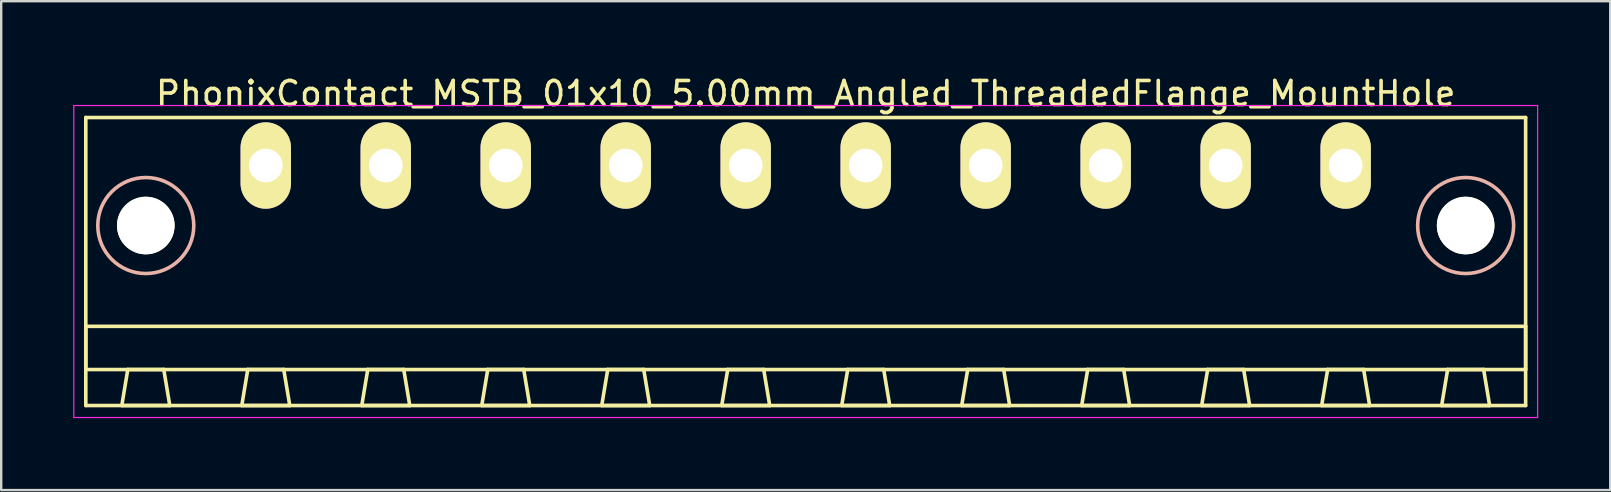
<source format=kicad_pcb>
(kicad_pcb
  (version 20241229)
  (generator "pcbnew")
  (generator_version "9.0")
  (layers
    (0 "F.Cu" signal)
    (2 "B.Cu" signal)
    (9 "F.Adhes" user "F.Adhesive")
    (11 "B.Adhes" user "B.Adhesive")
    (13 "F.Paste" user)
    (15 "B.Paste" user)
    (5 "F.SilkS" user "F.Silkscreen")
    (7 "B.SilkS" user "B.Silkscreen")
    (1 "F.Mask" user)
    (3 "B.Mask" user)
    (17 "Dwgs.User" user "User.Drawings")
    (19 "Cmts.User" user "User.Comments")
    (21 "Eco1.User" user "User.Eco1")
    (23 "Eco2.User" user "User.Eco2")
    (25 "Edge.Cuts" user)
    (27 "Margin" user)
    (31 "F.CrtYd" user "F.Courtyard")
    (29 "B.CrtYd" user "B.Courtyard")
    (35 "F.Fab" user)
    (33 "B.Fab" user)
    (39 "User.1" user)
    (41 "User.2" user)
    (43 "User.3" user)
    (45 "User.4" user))
  (footprint "PhonixContact_MSTB_01x10_5.00mm_Angled_ThreadedFlange_MountHole"
    (layer "F.Cu")
    (at 8.025 3.848)
    (property "Reference" "PhonixContact_MSTB_01x10_5.00mm_Angled_ThreadedFlange_MountHole" (at 22.5 -3 0) (layer "F.SilkS") (effects (font (size 1 1) (thickness 0.15))))
    (attr through_hole)
    (fp_line (start -7.5 -2) (end -7.5 10) (stroke (width 0.15) (type solid)) (layer "F.SilkS"))
    (fp_line (start -7.5 6.7) (end 52.5 6.7) (stroke (width 0.15) (type solid)) (layer "F.SilkS"))
    (fp_line (start -7.5 8.5) (end -7.5 6.7) (stroke (width 0.15) (type solid)) (layer "F.SilkS"))
    (fp_line (start -7.5 10) (end 52.5 10) (stroke (width 0.15) (type solid)) (layer "F.SilkS"))
    (fp_line (start -6 10) (end -4 10) (stroke (width 0.15) (type solid)) (layer "F.SilkS"))
    (fp_line (start -5.75 8.5) (end -6 10) (stroke (width 0.15) (type solid)) (layer "F.SilkS"))
    (fp_line (start -4.25 8.5) (end -5.75 8.5) (stroke (width 0.15) (type solid)) (layer "F.SilkS"))
    (fp_line (start -4 10) (end -4.25 8.5) (stroke (width 0.15) (type solid)) (layer "F.SilkS"))
    (fp_line (start -1 10) (end 1 10) (stroke (width 0.15) (type solid)) (layer "F.SilkS"))
    (fp_line (start -0.75 8.5) (end -1 10) (stroke (width 0.15) (type solid)) (layer "F.SilkS"))
    (fp_line (start 0.75 8.5) (end -0.75 8.5) (stroke (width 0.15) (type solid)) (layer "F.SilkS"))
    (fp_line (start 1 10) (end 0.75 8.5) (stroke (width 0.15) (type solid)) (layer "F.SilkS"))
    (fp_line (start 4 10) (end 6 10) (stroke (width 0.15) (type solid)) (layer "F.SilkS"))
    (fp_line (start 4.25 8.5) (end 4 10) (stroke (width 0.15) (type solid)) (layer "F.SilkS"))
    (fp_line (start 5.75 8.5) (end 4.25 8.5) (stroke (width 0.15) (type solid)) (layer "F.SilkS"))
    (fp_line (start 6 10) (end 5.75 8.5) (stroke (width 0.15) (type solid)) (layer "F.SilkS"))
    (fp_line (start 9 10) (end 11 10) (stroke (width 0.15) (type solid)) (layer "F.SilkS"))
    (fp_line (start 9.25 8.5) (end 9 10) (stroke (width 0.15) (type solid)) (layer "F.SilkS"))
    (fp_line (start 10.75 8.5) (end 9.25 8.5) (stroke (width 0.15) (type solid)) (layer "F.SilkS"))
    (fp_line (start 11 10) (end 10.75 8.5) (stroke (width 0.15) (type solid)) (layer "F.SilkS"))
    (fp_line (start 14 10) (end 16 10) (stroke (width 0.15) (type solid)) (layer "F.SilkS"))
    (fp_line (start 14.25 8.5) (end 14 10) (stroke (width 0.15) (type solid)) (layer "F.SilkS"))
    (fp_line (start 15.75 8.5) (end 14.25 8.5) (stroke (width 0.15) (type solid)) (layer "F.SilkS"))
    (fp_line (start 16 10) (end 15.75 8.5) (stroke (width 0.15) (type solid)) (layer "F.SilkS"))
    (fp_line (start 19 10) (end 21 10) (stroke (width 0.15) (type solid)) (layer "F.SilkS"))
    (fp_line (start 19.25 8.5) (end 19 10) (stroke (width 0.15) (type solid)) (layer "F.SilkS"))
    (fp_line (start 20.75 8.5) (end 19.25 8.5) (stroke (width 0.15) (type solid)) (layer "F.SilkS"))
    (fp_line (start 21 10) (end 20.75 8.5) (stroke (width 0.15) (type solid)) (layer "F.SilkS"))
    (fp_line (start 24 10) (end 26 10) (stroke (width 0.15) (type solid)) (layer "F.SilkS"))
    (fp_line (start 24.25 8.5) (end 24 10) (stroke (width 0.15) (type solid)) (layer "F.SilkS"))
    (fp_line (start 25.75 8.5) (end 24.25 8.5) (stroke (width 0.15) (type solid)) (layer "F.SilkS"))
    (fp_line (start 26 10) (end 25.75 8.5) (stroke (width 0.15) (type solid)) (layer "F.SilkS"))
    (fp_line (start 29 10) (end 31 10) (stroke (width 0.15) (type solid)) (layer "F.SilkS"))
    (fp_line (start 29.25 8.5) (end 29 10) (stroke (width 0.15) (type solid)) (layer "F.SilkS"))
    (fp_line (start 30.75 8.5) (end 29.25 8.5) (stroke (width 0.15) (type solid)) (layer "F.SilkS"))
    (fp_line (start 31 10) (end 30.75 8.5) (stroke (width 0.15) (type solid)) (layer "F.SilkS"))
    (fp_line (start 34 10) (end 36 10) (stroke (width 0.15) (type solid)) (layer "F.SilkS"))
    (fp_line (start 34.25 8.5) (end 34 10) (stroke (width 0.15) (type solid)) (layer "F.SilkS"))
    (fp_line (start 35.75 8.5) (end 34.25 8.5) (stroke (width 0.15) (type solid)) (layer "F.SilkS"))
    (fp_line (start 36 10) (end 35.75 8.5) (stroke (width 0.15) (type solid)) (layer "F.SilkS"))
    (fp_line (start 39 10) (end 41 10) (stroke (width 0.15) (type solid)) (layer "F.SilkS"))
    (fp_line (start 39.25 8.5) (end 39 10) (stroke (width 0.15) (type solid)) (layer "F.SilkS"))
    (fp_line (start 40.75 8.5) (end 39.25 8.5) (stroke (width 0.15) (type solid)) (layer "F.SilkS"))
    (fp_line (start 41 10) (end 40.75 8.5) (stroke (width 0.15) (type solid)) (layer "F.SilkS"))
    (fp_line (start 44 10) (end 46 10) (stroke (width 0.15) (type solid)) (layer "F.SilkS"))
    (fp_line (start 44.25 8.5) (end 44 10) (stroke (width 0.15) (type solid)) (layer "F.SilkS"))
    (fp_line (start 45.75 8.5) (end 44.25 8.5) (stroke (width 0.15) (type solid)) (layer "F.SilkS"))
    (fp_line (start 46 10) (end 45.75 8.5) (stroke (width 0.15) (type solid)) (layer "F.SilkS"))
    (fp_line (start 49 10) (end 51 10) (stroke (width 0.15) (type solid)) (layer "F.SilkS"))
    (fp_line (start 49.25 8.5) (end 49 10) (stroke (width 0.15) (type solid)) (layer "F.SilkS"))
    (fp_line (start 50.75 8.5) (end 49.25 8.5) (stroke (width 0.15) (type solid)) (layer "F.SilkS"))
    (fp_line (start 51 10) (end 50.75 8.5) (stroke (width 0.15) (type solid)) (layer "F.SilkS"))
    (fp_line (start 52.5 -2) (end -7.5 -2) (stroke (width 0.15) (type solid)) (layer "F.SilkS"))
    (fp_line (start 52.5 6.7) (end 52.5 8.5) (stroke (width 0.15) (type solid)) (layer "F.SilkS"))
    (fp_line (start 52.5 8.5) (end -7.5 8.5) (stroke (width 0.15) (type solid)) (layer "F.SilkS"))
    (fp_line (start 52.5 10) (end 52.5 -2) (stroke (width 0.15) (type solid)) (layer "F.SilkS"))
    (fp_circle (center -5 2.5) (end -3 2.5) (stroke (width 0.15) (type solid)) (fill no) (layer "B.SilkS"))
    (fp_circle (center 50 2.5) (end 52 2.5) (stroke (width 0.15) (type solid)) (fill no) (layer "B.SilkS"))
    (fp_line (start -8 -2.5) (end -8 10.5) (stroke (width 0.05) (type solid)) (layer "F.CrtYd"))
    (fp_line (start -8 10.5) (end 53 10.5) (stroke (width 0.05) (type solid)) (layer "F.CrtYd"))
    (fp_line (start 53 -2.5) (end -8 -2.5) (stroke (width 0.05) (type solid)) (layer "F.CrtYd"))
    (fp_line (start 53 10.5) (end 53 -2.5) (stroke (width 0.05) (type solid)) (layer "F.CrtYd"))
    (pad "" np_thru_hole circle (at -5 2.5) (size 2.4 2.4) (drill 2.4) (layers "*.Cu" "*.Mask" "F.SilkS"))
    (pad "" np_thru_hole circle (at 50 2.5) (size 2.4 2.4) (drill 2.4) (layers "*.Cu" "*.Mask" "F.SilkS"))
    (pad "1" thru_hole oval (at 0 0) (size 2.1 3.6) (drill 1.4) (layers "*.Cu" "*.Mask" "F.SilkS"))
    (pad "2" thru_hole oval (at 5 0) (size 2.1 3.6) (drill 1.4) (layers "*.Cu" "*.Mask" "F.SilkS"))
    (pad "3" thru_hole oval (at 10 0) (size 2.1 3.6) (drill 1.4) (layers "*.Cu" "*.Mask" "F.SilkS"))
    (pad "4" thru_hole oval (at 15 0) (size 2.1 3.6) (drill 1.4) (layers "*.Cu" "*.Mask" "F.SilkS"))
    (pad "5" thru_hole oval (at 20 0) (size 2.1 3.6) (drill 1.4) (layers "*.Cu" "*.Mask" "F.SilkS"))
    (pad "6" thru_hole oval (at 25 0) (size 2.1 3.6) (drill 1.4) (layers "*.Cu" "*.Mask" "F.SilkS"))
    (pad "7" thru_hole oval (at 30 0) (size 2.1 3.6) (drill 1.4) (layers "*.Cu" "*.Mask" "F.SilkS"))
    (pad "8" thru_hole oval (at 35 0) (size 2.1 3.6) (drill 1.4) (layers "*.Cu" "*.Mask" "F.SilkS"))
    (pad "9" thru_hole oval (at 40 0) (size 2.1 3.6) (drill 1.4) (layers "*.Cu" "*.Mask" "F.SilkS"))
    (pad "10" thru_hole oval (at 45 0) (size 2.1 3.6) (drill 1.4) (layers "*.Cu" "*.Mask" "F.SilkS")))
  (gr_rect
    (start -3 -3)
    (end 64.05 17.373)
    (stroke (width 0.1) (type default))
    (fill no)
    (layer "Edge.Cuts")))
</source>
